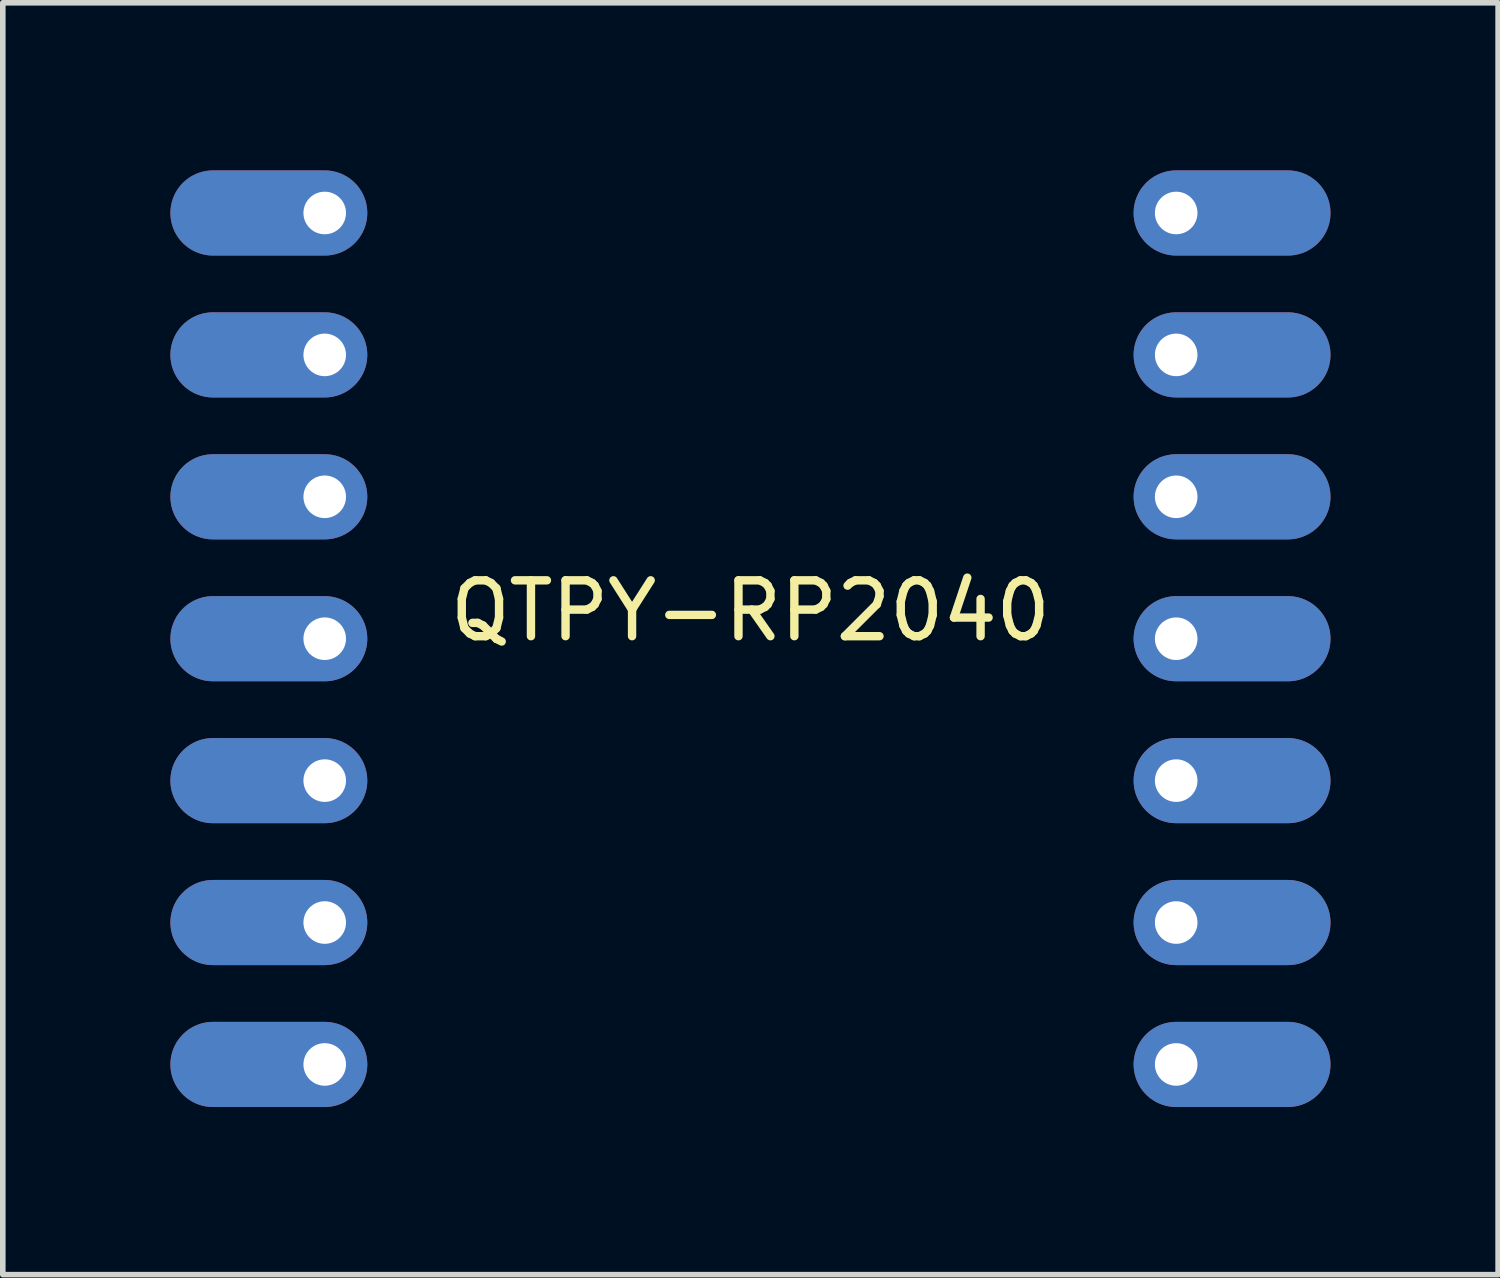
<source format=kicad_pcb>
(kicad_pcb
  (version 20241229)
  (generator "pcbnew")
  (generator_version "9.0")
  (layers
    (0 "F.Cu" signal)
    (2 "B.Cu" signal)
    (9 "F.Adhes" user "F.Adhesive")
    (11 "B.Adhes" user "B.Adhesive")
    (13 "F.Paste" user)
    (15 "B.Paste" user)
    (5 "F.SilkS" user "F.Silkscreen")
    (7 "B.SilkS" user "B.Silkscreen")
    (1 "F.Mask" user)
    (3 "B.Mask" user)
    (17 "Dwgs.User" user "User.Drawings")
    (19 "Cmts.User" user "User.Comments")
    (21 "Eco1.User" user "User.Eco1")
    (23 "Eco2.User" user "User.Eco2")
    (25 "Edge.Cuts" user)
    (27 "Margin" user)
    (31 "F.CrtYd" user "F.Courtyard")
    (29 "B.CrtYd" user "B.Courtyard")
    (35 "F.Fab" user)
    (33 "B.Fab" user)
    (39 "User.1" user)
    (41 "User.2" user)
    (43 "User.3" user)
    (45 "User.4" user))
  (footprint "QTPY-RP2040"
    (layer "F.Cu")
    (at 10.382 8.382)
    (property "Reference" "QTPY-RP2040" (at 0 -0.5 0) (unlocked yes) (layer "F.SilkS") (effects (font (size 1 1) (thickness 0.15))))
    (attr through_hole)
    (pad "1" thru_hole oval (at -7.62 -7.62) (size 3.524 1.524) (drill 0.762 (offset -1 0)) (layers "*.Cu" "*.Mask"))
    (pad "2" thru_hole oval (at -7.62 -5.08) (size 3.524 1.524) (drill 0.762 (offset -1 0)) (layers "*.Cu" "*.Mask"))
    (pad "3" thru_hole oval (at -7.62 -2.54) (size 3.524 1.524) (drill 0.762 (offset -1 0)) (layers "*.Cu" "*.Mask"))
    (pad "4" thru_hole oval (at -7.62 0) (size 3.524 1.524) (drill 0.762 (offset -1 0)) (layers "*.Cu" "*.Mask"))
    (pad "5" thru_hole oval (at -7.62 2.54) (size 3.524 1.524) (drill 0.762 (offset -1 0)) (layers "*.Cu" "*.Mask"))
    (pad "6" thru_hole oval (at -7.62 5.08) (size 3.524 1.524) (drill 0.762 (offset -1 0)) (layers "*.Cu" "*.Mask"))
    (pad "7" thru_hole oval (at -7.62 7.62) (size 3.524 1.524) (drill 0.762 (offset -1 0)) (layers "*.Cu" "*.Mask"))
    (pad "8" thru_hole oval (at 7.62 -7.62 180) (size 3.524 1.524) (drill 0.762 (offset -1 0)) (layers "*.Cu" "*.Mask"))
    (pad "9" thru_hole oval (at 7.62 -5.08 180) (size 3.524 1.524) (drill 0.762 (offset -1 0)) (layers "*.Cu" "*.Mask"))
    (pad "10" thru_hole oval (at 7.62 -2.54 180) (size 3.524 1.524) (drill 0.762 (offset -1 0)) (layers "*.Cu" "*.Mask"))
    (pad "11" thru_hole oval (at 7.62 0 180) (size 3.524 1.524) (drill 0.762 (offset -1 0)) (layers "*.Cu" "*.Mask"))
    (pad "12" thru_hole oval (at 7.62 2.54 180) (size 3.524 1.524) (drill 0.762 (offset -1 0)) (layers "*.Cu" "*.Mask"))
    (pad "13" thru_hole oval (at 7.62 5.08 180) (size 3.524 1.524) (drill 0.762 (offset -1 0)) (layers "*.Cu" "*.Mask"))
    (pad "14" thru_hole oval (at 7.62 7.62 180) (size 3.524 1.524) (drill 0.762 (offset -1 0)) (layers "*.Cu" "*.Mask")))
  (gr_rect
    (start -3 -3)
    (end 23.764 19.764)
    (stroke (width 0.1) (type default))
    (fill no)
    (layer "Edge.Cuts")))
</source>
